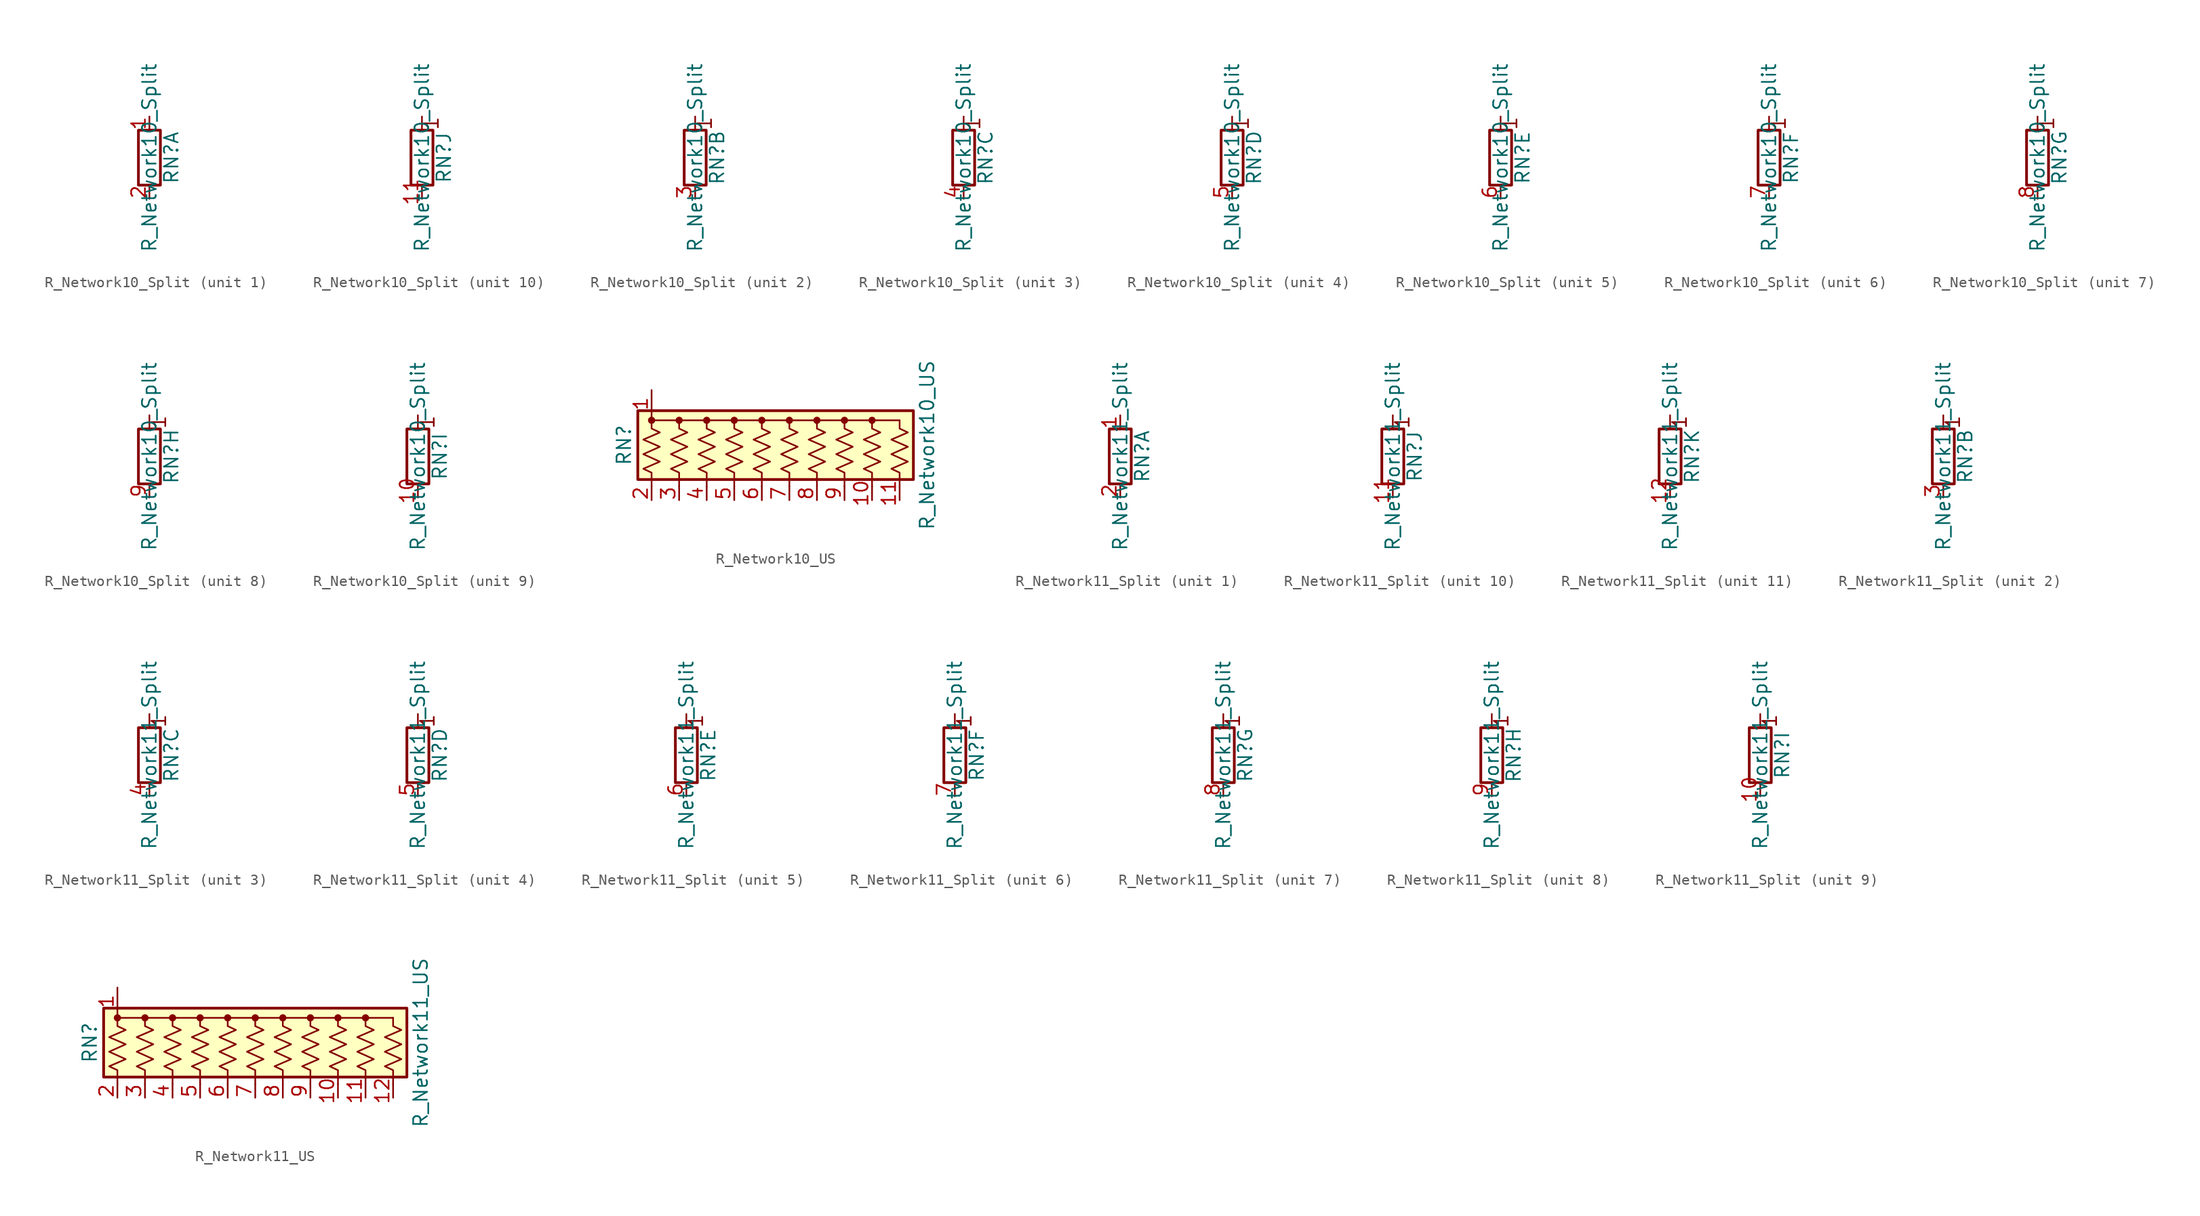
<source format=kicad_sym>
(kicad_symbol_lib
  (version 20201005)
  (generator kicad_symbol_editor)
  (symbol "R_Network10_Split"
    (pin_names
      (offset 0) hide)
    (property "Reference" "RN"
      (at 2.032 0 90)
      (effects (font (size 1.27 1.27))))
    (property "Value" "R_Network10_Split"
      (at 0 0 90)
      (effects (font (size 1.27 1.27))))
    (symbol "R_Network10_Split_0_1"
      (rectangle (start 1.016 2.54) (end -1.016 -2.54) (stroke (width 0.254)) (fill (type none))))
    (symbol "R_Network10_Split_1_1"
      (pin passive line (at 0 3.81 270) (length 1.27) (name "R1.1" (effects (font (size 1.27 1.27)))) (number "1" (effects (font (size 1.27 1.27)))))
      (pin passive line (at 0 -3.81 90) (length 1.27) (name "R1.2" (effects (font (size 1.27 1.27)))) (number "2" (effects (font (size 1.27 1.27))))))
    (symbol "R_Network10_Split_2_1"
      (text "1" (at 0.889 3.175 900) (effects (font (size 1.27 1.27))))
      (polyline (pts (xy 0 2.54) (xy 0 3.81)) (stroke (width 0)) (fill (type none)))
      (pin passive line (at 0 -3.81 90) (length 1.27) (name "R2.2" (effects (font (size 1.27 1.27)))) (number "3" (effects (font (size 1.27 1.27))))))
    (symbol "R_Network10_Split_3_1"
      (text "1" (at 0.889 3.175 900) (effects (font (size 1.27 1.27))))
      (polyline (pts (xy 0 2.54) (xy 0 3.81)) (stroke (width 0)) (fill (type none)))
      (pin passive line (at 0 -3.81 90) (length 1.27) (name "R3.2" (effects (font (size 1.27 1.27)))) (number "4" (effects (font (size 1.27 1.27))))))
    (symbol "R_Network10_Split_4_1"
      (text "1" (at 0.889 3.175 900) (effects (font (size 1.27 1.27))))
      (polyline (pts (xy 0 2.54) (xy 0 3.81)) (stroke (width 0)) (fill (type none)))
      (pin passive line (at 0 -3.81 90) (length 1.27) (name "R4.2" (effects (font (size 1.27 1.27)))) (number "5" (effects (font (size 1.27 1.27))))))
    (symbol "R_Network10_Split_5_1"
      (text "1" (at 0.889 3.175 900) (effects (font (size 1.27 1.27))))
      (polyline (pts (xy 0 2.54) (xy 0 3.81)) (stroke (width 0)) (fill (type none)))
      (pin passive line (at 0 -3.81 90) (length 1.27) (name "R5.2" (effects (font (size 1.27 1.27)))) (number "6" (effects (font (size 1.27 1.27))))))
    (symbol "R_Network10_Split_6_1"
      (text "1" (at 0.889 3.175 900) (effects (font (size 1.27 1.27))))
      (polyline (pts (xy 0 2.54) (xy 0 3.81)) (stroke (width 0)) (fill (type none)))
      (pin passive line (at 0 -3.81 90) (length 1.27) (name "R6.2" (effects (font (size 1.27 1.27)))) (number "7" (effects (font (size 1.27 1.27))))))
    (symbol "R_Network10_Split_7_1"
      (text "1" (at 0.889 3.175 900) (effects (font (size 1.27 1.27))))
      (polyline (pts (xy 0 2.54) (xy 0 3.81)) (stroke (width 0)) (fill (type none)))
      (pin passive line (at 0 -3.81 90) (length 1.27) (name "R7.2" (effects (font (size 1.27 1.27)))) (number "8" (effects (font (size 1.27 1.27))))))
    (symbol "R_Network10_Split_8_1"
      (text "1" (at 0.889 3.175 900) (effects (font (size 1.27 1.27))))
      (polyline (pts (xy 0 2.54) (xy 0 3.81)) (stroke (width 0)) (fill (type none)))
      (pin passive line (at 0 -3.81 90) (length 1.27) (name "R8.2" (effects (font (size 1.27 1.27)))) (number "9" (effects (font (size 1.27 1.27))))))
    (symbol "R_Network10_Split_9_1"
      (text "1" (at 0.889 3.175 900) (effects (font (size 1.27 1.27))))
      (polyline (pts (xy 0 2.54) (xy 0 3.81)) (stroke (width 0)) (fill (type none)))
      (pin passive line (at 0 -3.81 90) (length 1.27) (name "R9.2" (effects (font (size 1.27 1.27)))) (number "10" (effects (font (size 1.27 1.27))))))
    (symbol "R_Network10_Split_10_1"
      (text "1" (at 0.889 3.175 900) (effects (font (size 1.27 1.27))))
      (polyline (pts (xy 0 2.54) (xy 0 3.81)) (stroke (width 0)) (fill (type none)))
      (pin passive line (at 0 -3.81 90) (length 1.27) (name "R10.2" (effects (font (size 1.27 1.27)))) (number "11" (effects (font (size 1.27 1.27)))))))
  (symbol "R_Network10_US"
    (pin_names
      (offset 0) hide)
    (property "Reference" "RN"
      (at -15.24 0 90)
      (effects (font (size 1.27 1.27))))
    (property "Value" "R_Network10_US"
      (at 12.7 0 90)
      (effects (font (size 1.27 1.27))))
    (symbol "R_Network10_US_0_1"
      (circle (center -12.7 2.286) (radius 0.254) (stroke (width 0)) (fill (type outline)))
      (circle (center -10.16 2.286) (radius 0.254) (stroke (width 0)) (fill (type outline)))
      (circle (center -7.62 2.286) (radius 0.254) (stroke (width 0)) (fill (type outline)))
      (circle (center -5.08 2.286) (radius 0.254) (stroke (width 0)) (fill (type outline)))
      (circle (center -2.54 2.286) (radius 0.254) (stroke (width 0)) (fill (type outline)))
      (circle (center 0 2.286) (radius 0.254) (stroke (width 0)) (fill (type outline)))
      (circle (center 2.54 2.286) (radius 0.254) (stroke (width 0)) (fill (type outline)))
      (circle (center 5.08 2.286) (radius 0.254) (stroke (width 0)) (fill (type outline)))
      (circle (center 7.62 2.286) (radius 0.254) (stroke (width 0)) (fill (type outline)))
      (rectangle (start -13.97 -3.175) (end 11.43 3.175) (stroke (width 0.254)) (fill (type background)))
      (polyline (pts (xy -12.7 2.286) (xy 10.16 2.286)) (stroke (width 0)) (fill (type none)))
      (polyline (pts (xy -12.7 2.286) (xy -12.7 1.524) (xy -11.938 1.168) (xy -13.462 0.508) (xy -11.938 -0.152) (xy -13.462 -0.838) (xy -11.938 -1.524) (xy -13.462 -2.184) (xy -12.7 -2.54) (xy -12.7 -3.81)) (stroke (width 0)) (fill (type none)))
      (polyline (pts (xy -10.16 2.286) (xy -10.16 1.524) (xy -9.398 1.168) (xy -10.922 0.508) (xy -9.398 -0.152) (xy -10.922 -0.838) (xy -9.398 -1.524) (xy -10.922 -2.184) (xy -10.16 -2.54) (xy -10.16 -3.81)) (stroke (width 0)) (fill (type none)))
      (polyline (pts (xy -7.62 2.286) (xy -7.62 1.524) (xy -6.858 1.168) (xy -8.382 0.508) (xy -6.858 -0.152) (xy -8.382 -0.838) (xy -6.858 -1.524) (xy -8.382 -2.184) (xy -7.62 -2.54) (xy -7.62 -3.81)) (stroke (width 0)) (fill (type none)))
      (polyline (pts (xy -5.08 2.286) (xy -5.08 1.524) (xy -4.318 1.168) (xy -5.842 0.508) (xy -4.318 -0.152) (xy -5.842 -0.838) (xy -4.318 -1.524) (xy -5.842 -2.184) (xy -5.08 -2.54) (xy -5.08 -3.81)) (stroke (width 0)) (fill (type none)))
      (polyline (pts (xy -2.54 2.286) (xy -2.54 1.524) (xy -1.778 1.168) (xy -3.302 0.508) (xy -1.778 -0.152) (xy -3.302 -0.838) (xy -1.778 -1.524) (xy -3.302 -2.184) (xy -2.54 -2.54) (xy -2.54 -3.81)) (stroke (width 0)) (fill (type none)))
      (polyline (pts (xy 0 2.286) (xy 0 1.524) (xy 0.762 1.168) (xy -0.762 0.508) (xy 0.762 -0.152) (xy -0.762 -0.838) (xy 0.762 -1.524) (xy -0.762 -2.184) (xy 0 -2.54) (xy 0 -3.81)) (stroke (width 0)) (fill (type none)))
      (polyline (pts (xy 2.54 2.286) (xy 2.54 1.524) (xy 3.302 1.168) (xy 1.778 0.508) (xy 3.302 -0.152) (xy 1.778 -0.838) (xy 3.302 -1.524) (xy 1.778 -2.184) (xy 2.54 -2.54) (xy 2.54 -3.81)) (stroke (width 0)) (fill (type none)))
      (polyline (pts (xy 5.08 2.286) (xy 5.08 1.524) (xy 5.842 1.168) (xy 4.318 0.508) (xy 5.842 -0.152) (xy 4.318 -0.838) (xy 5.842 -1.524) (xy 4.318 -2.184) (xy 5.08 -2.54) (xy 5.08 -3.81)) (stroke (width 0)) (fill (type none)))
      (polyline (pts (xy 7.62 2.286) (xy 7.62 1.524) (xy 8.382 1.168) (xy 6.858 0.508) (xy 8.382 -0.152) (xy 6.858 -0.838) (xy 8.382 -1.524) (xy 6.858 -2.184) (xy 7.62 -2.54) (xy 7.62 -3.81)) (stroke (width 0)) (fill (type none)))
      (polyline (pts (xy 10.16 2.286) (xy 10.16 1.524) (xy 10.922 1.168) (xy 9.398 0.508) (xy 10.922 -0.152) (xy 9.398 -0.838) (xy 10.922 -1.524) (xy 9.398 -2.184) (xy 10.16 -2.54) (xy 10.16 -3.81)) (stroke (width 0)) (fill (type none))))
    (symbol "R_Network10_US_1_1"
      (pin passive line (at -12.7 5.08 270) (length 2.54) (name "common" (effects (font (size 1.27 1.27)))) (number "1" (effects (font (size 1.27 1.27)))))
      (pin passive line (at 7.62 -5.08 90) (length 1.27) (name "R9" (effects (font (size 1.27 1.27)))) (number "10" (effects (font (size 1.27 1.27)))))
      (pin passive line (at 10.16 -5.08 90) (length 1.27) (name "R10" (effects (font (size 1.27 1.27)))) (number "11" (effects (font (size 1.27 1.27)))))
      (pin passive line (at -12.7 -5.08 90) (length 1.27) (name "R1" (effects (font (size 1.27 1.27)))) (number "2" (effects (font (size 1.27 1.27)))))
      (pin passive line (at -10.16 -5.08 90) (length 1.27) (name "R2" (effects (font (size 1.27 1.27)))) (number "3" (effects (font (size 1.27 1.27)))))
      (pin passive line (at -7.62 -5.08 90) (length 1.27) (name "R3" (effects (font (size 1.27 1.27)))) (number "4" (effects (font (size 1.27 1.27)))))
      (pin passive line (at -5.08 -5.08 90) (length 1.27) (name "R4" (effects (font (size 1.27 1.27)))) (number "5" (effects (font (size 1.27 1.27)))))
      (pin passive line (at -2.54 -5.08 90) (length 1.27) (name "R5" (effects (font (size 1.27 1.27)))) (number "6" (effects (font (size 1.27 1.27)))))
      (pin passive line (at 0 -5.08 90) (length 1.27) (name "R6" (effects (font (size 1.27 1.27)))) (number "7" (effects (font (size 1.27 1.27)))))
      (pin passive line (at 2.54 -5.08 90) (length 1.27) (name "R7" (effects (font (size 1.27 1.27)))) (number "8" (effects (font (size 1.27 1.27)))))
      (pin passive line (at 5.08 -5.08 90) (length 1.27) (name "R8" (effects (font (size 1.27 1.27)))) (number "9" (effects (font (size 1.27 1.27)))))))
  (symbol "R_Network11_Split"
    (pin_names
      (offset 0) hide)
    (property "Reference" "RN"
      (at 2.032 0 90)
      (effects (font (size 1.27 1.27))))
    (property "Value" "R_Network11_Split"
      (at 0 0 90)
      (effects (font (size 1.27 1.27))))
    (symbol "R_Network11_Split_0_1"
      (rectangle (start 1.016 2.54) (end -1.016 -2.54) (stroke (width 0.254)) (fill (type none))))
    (symbol "R_Network11_Split_1_1"
      (pin passive line (at 0 3.81 270) (length 1.27) (name "R1.1" (effects (font (size 1.27 1.27)))) (number "1" (effects (font (size 1.27 1.27)))))
      (pin passive line (at 0 -3.81 90) (length 1.27) (name "R1.2" (effects (font (size 1.27 1.27)))) (number "2" (effects (font (size 1.27 1.27))))))
    (symbol "R_Network11_Split_2_1"
      (text "1" (at 0.889 3.175 900) (effects (font (size 1.27 1.27))))
      (polyline (pts (xy 0 2.54) (xy 0 3.81)) (stroke (width 0)) (fill (type none)))
      (pin passive line (at 0 -3.81 90) (length 1.27) (name "R2.2" (effects (font (size 1.27 1.27)))) (number "3" (effects (font (size 1.27 1.27))))))
    (symbol "R_Network11_Split_3_1"
      (text "1" (at 0.889 3.175 900) (effects (font (size 1.27 1.27))))
      (polyline (pts (xy 0 2.54) (xy 0 3.81)) (stroke (width 0)) (fill (type none)))
      (pin passive line (at 0 -3.81 90) (length 1.27) (name "R3.2" (effects (font (size 1.27 1.27)))) (number "4" (effects (font (size 1.27 1.27))))))
    (symbol "R_Network11_Split_4_1"
      (text "1" (at 0.889 3.175 900) (effects (font (size 1.27 1.27))))
      (polyline (pts (xy 0 2.54) (xy 0 3.81)) (stroke (width 0)) (fill (type none)))
      (pin passive line (at 0 -3.81 90) (length 1.27) (name "R4.2" (effects (font (size 1.27 1.27)))) (number "5" (effects (font (size 1.27 1.27))))))
    (symbol "R_Network11_Split_5_1"
      (text "1" (at 0.889 3.175 900) (effects (font (size 1.27 1.27))))
      (polyline (pts (xy 0 2.54) (xy 0 3.81)) (stroke (width 0)) (fill (type none)))
      (pin passive line (at 0 -3.81 90) (length 1.27) (name "R5.2" (effects (font (size 1.27 1.27)))) (number "6" (effects (font (size 1.27 1.27))))))
    (symbol "R_Network11_Split_6_1"
      (text "1" (at 0.889 3.175 900) (effects (font (size 1.27 1.27))))
      (polyline (pts (xy 0 2.54) (xy 0 3.81)) (stroke (width 0)) (fill (type none)))
      (pin passive line (at 0 -3.81 90) (length 1.27) (name "R6.2" (effects (font (size 1.27 1.27)))) (number "7" (effects (font (size 1.27 1.27))))))
    (symbol "R_Network11_Split_7_1"
      (text "1" (at 0.889 3.175 900) (effects (font (size 1.27 1.27))))
      (polyline (pts (xy 0 2.54) (xy 0 3.81)) (stroke (width 0)) (fill (type none)))
      (pin passive line (at 0 -3.81 90) (length 1.27) (name "R7.2" (effects (font (size 1.27 1.27)))) (number "8" (effects (font (size 1.27 1.27))))))
    (symbol "R_Network11_Split_8_1"
      (text "1" (at 0.889 3.175 900) (effects (font (size 1.27 1.27))))
      (polyline (pts (xy 0 2.54) (xy 0 3.81)) (stroke (width 0)) (fill (type none)))
      (pin passive line (at 0 -3.81 90) (length 1.27) (name "R8.2" (effects (font (size 1.27 1.27)))) (number "9" (effects (font (size 1.27 1.27))))))
    (symbol "R_Network11_Split_9_1"
      (text "1" (at 0.889 3.175 900) (effects (font (size 1.27 1.27))))
      (polyline (pts (xy 0 2.54) (xy 0 3.81)) (stroke (width 0)) (fill (type none)))
      (pin passive line (at 0 -3.81 90) (length 1.27) (name "R9.2" (effects (font (size 1.27 1.27)))) (number "10" (effects (font (size 1.27 1.27))))))
    (symbol "R_Network11_Split_10_1"
      (text "1" (at 0.889 3.175 900) (effects (font (size 1.27 1.27))))
      (polyline (pts (xy 0 2.54) (xy 0 3.81)) (stroke (width 0)) (fill (type none)))
      (pin passive line (at 0 -3.81 90) (length 1.27) (name "R10.2" (effects (font (size 1.27 1.27)))) (number "11" (effects (font (size 1.27 1.27))))))
    (symbol "R_Network11_Split_11_1"
      (text "1" (at 0.889 3.175 900) (effects (font (size 1.27 1.27))))
      (polyline (pts (xy 0 2.54) (xy 0 3.81)) (stroke (width 0)) (fill (type none)))
      (pin passive line (at 0 -3.81 90) (length 1.27) (name "R11.2" (effects (font (size 1.27 1.27)))) (number "12" (effects (font (size 1.27 1.27)))))))
  (symbol "R_Network11_US"
    (pin_names
      (offset 0) hide)
    (property "Reference" "RN"
      (at -15.24 0 90)
      (effects (font (size 1.27 1.27))))
    (property "Value" "R_Network11_US"
      (at 15.24 0 90)
      (effects (font (size 1.27 1.27))))
    (symbol "R_Network11_US_0_1"
      (circle (center -12.7 2.286) (radius 0.254) (stroke (width 0)) (fill (type outline)))
      (circle (center -10.16 2.286) (radius 0.254) (stroke (width 0)) (fill (type outline)))
      (circle (center -7.62 2.286) (radius 0.254) (stroke (width 0)) (fill (type outline)))
      (circle (center -5.08 2.286) (radius 0.254) (stroke (width 0)) (fill (type outline)))
      (circle (center -2.54 2.286) (radius 0.254) (stroke (width 0)) (fill (type outline)))
      (circle (center 0 2.286) (radius 0.254) (stroke (width 0)) (fill (type outline)))
      (circle (center 2.54 2.286) (radius 0.254) (stroke (width 0)) (fill (type outline)))
      (circle (center 5.08 2.286) (radius 0.254) (stroke (width 0)) (fill (type outline)))
      (circle (center 7.62 2.286) (radius 0.254) (stroke (width 0)) (fill (type outline)))
      (circle (center 10.16 2.286) (radius 0.254) (stroke (width 0)) (fill (type outline)))
      (rectangle (start -13.97 -3.175) (end 13.97 3.175) (stroke (width 0.254)) (fill (type background)))
      (polyline (pts (xy -12.7 2.286) (xy 12.7 2.286)) (stroke (width 0)) (fill (type none)))
      (polyline (pts (xy -12.7 2.286) (xy -12.7 1.524) (xy -11.938 1.168) (xy -13.462 0.508) (xy -11.938 -0.152) (xy -13.462 -0.838) (xy -11.938 -1.524) (xy -13.462 -2.184) (xy -12.7 -2.54) (xy -12.7 -3.81)) (stroke (width 0)) (fill (type none)))
      (polyline (pts (xy -10.16 2.286) (xy -10.16 1.524) (xy -9.398 1.168) (xy -10.922 0.508) (xy -9.398 -0.152) (xy -10.922 -0.838) (xy -9.398 -1.524) (xy -10.922 -2.184) (xy -10.16 -2.54) (xy -10.16 -3.81)) (stroke (width 0)) (fill (type none)))
      (polyline (pts (xy -7.62 2.286) (xy -7.62 1.524) (xy -6.858 1.168) (xy -8.382 0.508) (xy -6.858 -0.152) (xy -8.382 -0.838) (xy -6.858 -1.524) (xy -8.382 -2.184) (xy -7.62 -2.54) (xy -7.62 -3.81)) (stroke (width 0)) (fill (type none)))
      (polyline (pts (xy -5.08 2.286) (xy -5.08 1.524) (xy -4.318 1.168) (xy -5.842 0.508) (xy -4.318 -0.152) (xy -5.842 -0.838) (xy -4.318 -1.524) (xy -5.842 -2.184) (xy -5.08 -2.54) (xy -5.08 -3.81)) (stroke (width 0)) (fill (type none)))
      (polyline (pts (xy -2.54 2.286) (xy -2.54 1.524) (xy -1.778 1.168) (xy -3.302 0.508) (xy -1.778 -0.152) (xy -3.302 -0.838) (xy -1.778 -1.524) (xy -3.302 -2.184) (xy -2.54 -2.54) (xy -2.54 -3.81)) (stroke (width 0)) (fill (type none)))
      (polyline (pts (xy 0 2.286) (xy 0 1.524) (xy 0.762 1.168) (xy -0.762 0.508) (xy 0.762 -0.152) (xy -0.762 -0.838) (xy 0.762 -1.524) (xy -0.762 -2.184) (xy 0 -2.54) (xy 0 -3.81)) (stroke (width 0)) (fill (type none)))
      (polyline (pts (xy 2.54 2.286) (xy 2.54 1.524) (xy 3.302 1.168) (xy 1.778 0.508) (xy 3.302 -0.152) (xy 1.778 -0.838) (xy 3.302 -1.524) (xy 1.778 -2.184) (xy 2.54 -2.54) (xy 2.54 -3.81)) (stroke (width 0)) (fill (type none)))
      (polyline (pts (xy 5.08 2.286) (xy 5.08 1.524) (xy 5.842 1.168) (xy 4.318 0.508) (xy 5.842 -0.152) (xy 4.318 -0.838) (xy 5.842 -1.524) (xy 4.318 -2.184) (xy 5.08 -2.54) (xy 5.08 -3.81)) (stroke (width 0)) (fill (type none)))
      (polyline (pts (xy 7.62 2.286) (xy 7.62 1.524) (xy 8.382 1.168) (xy 6.858 0.508) (xy 8.382 -0.152) (xy 6.858 -0.838) (xy 8.382 -1.524) (xy 6.858 -2.184) (xy 7.62 -2.54) (xy 7.62 -3.81)) (stroke (width 0)) (fill (type none)))
      (polyline (pts (xy 10.16 2.286) (xy 10.16 1.524) (xy 10.922 1.168) (xy 9.398 0.508) (xy 10.922 -0.152) (xy 9.398 -0.838) (xy 10.922 -1.524) (xy 9.398 -2.184) (xy 10.16 -2.54) (xy 10.16 -3.81)) (stroke (width 0)) (fill (type none)))
      (polyline (pts (xy 12.7 2.286) (xy 12.7 1.524) (xy 13.462 1.168) (xy 11.938 0.508) (xy 13.462 -0.152) (xy 11.938 -0.838) (xy 13.462 -1.524) (xy 11.938 -2.184) (xy 12.7 -2.54) (xy 12.7 -3.81)) (stroke (width 0)) (fill (type none))))
    (symbol "R_Network11_US_1_1"
      (pin passive line (at -12.7 5.08 270) (length 2.54) (name "common" (effects (font (size 1.27 1.27)))) (number "1" (effects (font (size 1.27 1.27)))))
      (pin passive line (at 7.62 -5.08 90) (length 1.27) (name "R9" (effects (font (size 1.27 1.27)))) (number "10" (effects (font (size 1.27 1.27)))))
      (pin passive line (at 10.16 -5.08 90) (length 1.27) (name "R10" (effects (font (size 1.27 1.27)))) (number "11" (effects (font (size 1.27 1.27)))))
      (pin passive line (at 12.7 -5.08 90) (length 1.27) (name "R11" (effects (font (size 1.27 1.27)))) (number "12" (effects (font (size 1.27 1.27)))))
      (pin passive line (at -12.7 -5.08 90) (length 1.27) (name "R1" (effects (font (size 1.27 1.27)))) (number "2" (effects (font (size 1.27 1.27)))))
      (pin passive line (at -10.16 -5.08 90) (length 1.27) (name "R2" (effects (font (size 1.27 1.27)))) (number "3" (effects (font (size 1.27 1.27)))))
      (pin passive line (at -7.62 -5.08 90) (length 1.27) (name "R3" (effects (font (size 1.27 1.27)))) (number "4" (effects (font (size 1.27 1.27)))))
      (pin passive line (at -5.08 -5.08 90) (length 1.27) (name "R4" (effects (font (size 1.27 1.27)))) (number "5" (effects (font (size 1.27 1.27)))))
      (pin passive line (at -2.54 -5.08 90) (length 1.27) (name "R5" (effects (font (size 1.27 1.27)))) (number "6" (effects (font (size 1.27 1.27)))))
      (pin passive line (at 0 -5.08 90) (length 1.27) (name "R6" (effects (font (size 1.27 1.27)))) (number "7" (effects (font (size 1.27 1.27)))))
      (pin passive line (at 2.54 -5.08 90) (length 1.27) (name "R7" (effects (font (size 1.27 1.27)))) (number "8" (effects (font (size 1.27 1.27)))))
      (pin passive line (at 5.08 -5.08 90) (length 1.27) (name "R8" (effects (font (size 1.27 1.27)))) (number "9" (effects (font (size 1.27 1.27))))))))
</source>
